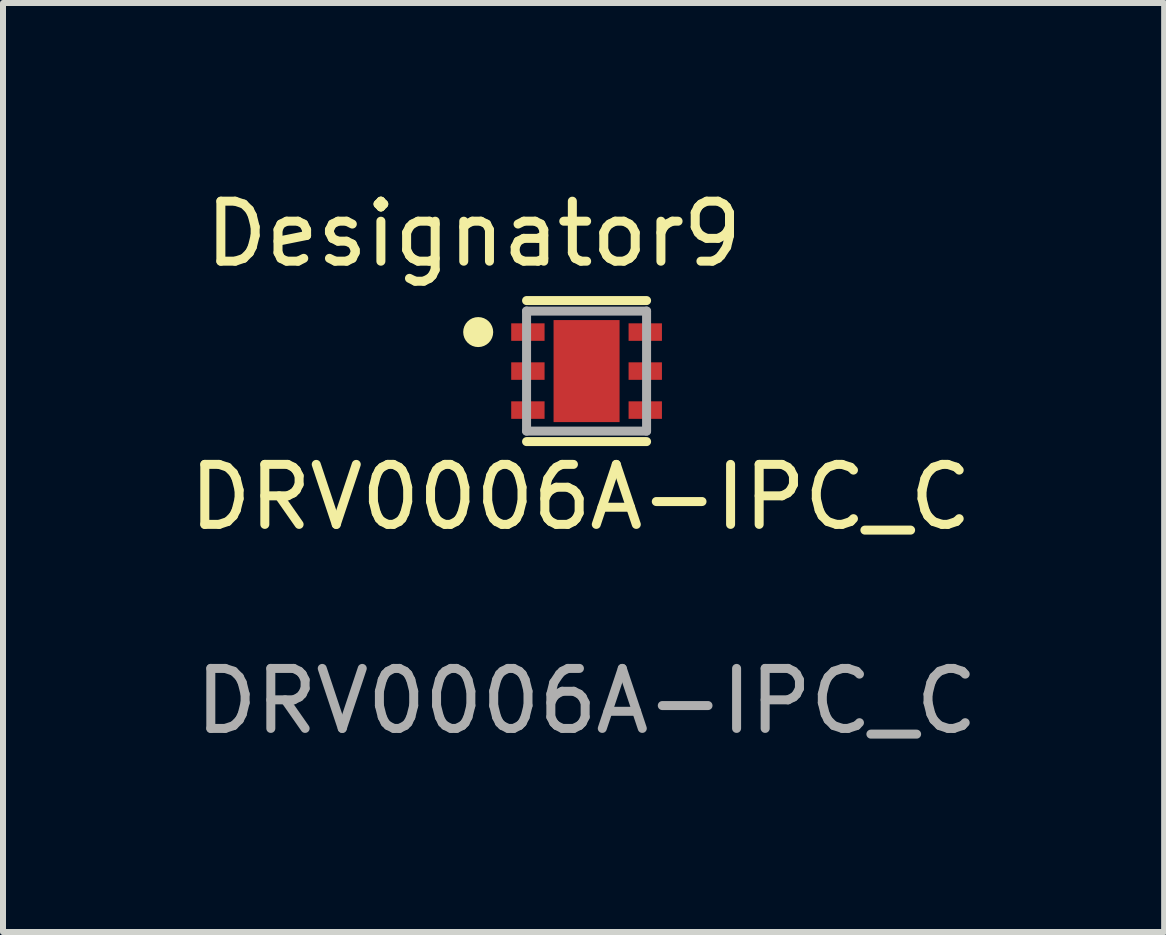
<source format=kicad_pcb>
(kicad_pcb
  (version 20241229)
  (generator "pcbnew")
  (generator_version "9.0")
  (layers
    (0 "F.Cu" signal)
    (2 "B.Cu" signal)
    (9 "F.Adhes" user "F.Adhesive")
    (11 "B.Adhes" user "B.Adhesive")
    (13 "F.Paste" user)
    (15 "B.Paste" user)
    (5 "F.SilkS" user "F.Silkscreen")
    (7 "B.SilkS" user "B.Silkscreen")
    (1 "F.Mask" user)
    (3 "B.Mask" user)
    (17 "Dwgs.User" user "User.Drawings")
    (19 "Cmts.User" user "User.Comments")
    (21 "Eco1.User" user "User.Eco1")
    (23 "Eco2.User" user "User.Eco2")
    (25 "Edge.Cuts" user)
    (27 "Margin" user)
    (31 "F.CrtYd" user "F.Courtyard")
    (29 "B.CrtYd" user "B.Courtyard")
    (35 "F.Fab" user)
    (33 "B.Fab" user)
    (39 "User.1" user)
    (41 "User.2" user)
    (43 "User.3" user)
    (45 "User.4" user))
  (footprint "DRV0006A-IPC_C"
    (layer "F.Cu")
    (at 6.725 3.134)
    (property "Reference" "DRV0006A-IPC_C" (at -0.1 2.1 0) (unlocked yes) (layer "F.SilkS") (effects (font (size 1 1) (thickness 0.15))))
    (attr smd)
    (fp_line (start -1 -1.175) (end 1 -1.175) (stroke (width 0.15) (type solid)) (layer "F.SilkS"))
    (fp_line (start -1 1.175) (end 1 1.175) (stroke (width 0.15) (type solid)) (layer "F.SilkS"))
    (fp_circle (center -1.806 -0.65) (end -1.681 -0.65) (stroke (width 0.25) (type solid)) (fill no) (layer "F.SilkS"))
    (fp_poly (pts (xy -0.308 0.608) (xy 0.308 0.608) (xy 0.308 -0.608) (xy -0.308 -0.608)) (stroke (width 0) (type solid)) (fill yes) (layer "F.Paste"))
    (fp_line (start -1 -1) (end 1 -1) (stroke (width 0.15) (type solid)) (layer "F.Fab"))
    (fp_line (start -1 1) (end -1 -1) (stroke (width 0.15) (type solid)) (layer "F.Fab"))
    (fp_line (start -1 1) (end 1 1) (stroke (width 0.15) (type solid)) (layer "F.Fab"))
    (fp_line (start 1 1) (end 1 -1) (stroke (width 0.15) (type solid)) (layer "F.Fab"))
    (fp_text user "Designator9" (at -1.88 -2.286 0) (unlocked yes) (layer "F.SilkS") (effects (font (size 1 1) (thickness 0.15))))
    (fp_text user "${REFERENCE}" (at 0 5.5 0) (unlocked yes) (layer "F.Fab") (effects (font (size 1 1) (thickness 0.15))))
    (pad "1" smd rect (at -0.978 -0.65) (size 0.556 0.292) (layers "F.Cu" "F.Mask" "F.Paste"))
    (pad "2" smd rect (at -0.978 0) (size 0.556 0.292) (layers "F.Cu" "F.Mask" "F.Paste"))
    (pad "3" smd rect (at -0.978 0.65) (size 0.556 0.292) (layers "F.Cu" "F.Mask" "F.Paste"))
    (pad "4" smd rect (at 0.978 0.65) (size 0.556 0.292) (layers "F.Cu" "F.Mask" "F.Paste"))
    (pad "5" smd rect (at 0.978 0) (size 0.556 0.292) (layers "F.Cu" "F.Mask" "F.Paste"))
    (pad "6" smd rect (at 0.978 -0.65) (size 0.556 0.292) (layers "F.Cu" "F.Mask" "F.Paste"))
    (pad "7" smd rect (at 0 0) (size 1.1 1.7) (layers "F.Cu" "F.Mask")))
  (gr_rect
    (start -3 -3)
    (end 16.35 12.482)
    (stroke (width 0.1) (type default))
    (fill no)
    (layer "Edge.Cuts")))
</source>
